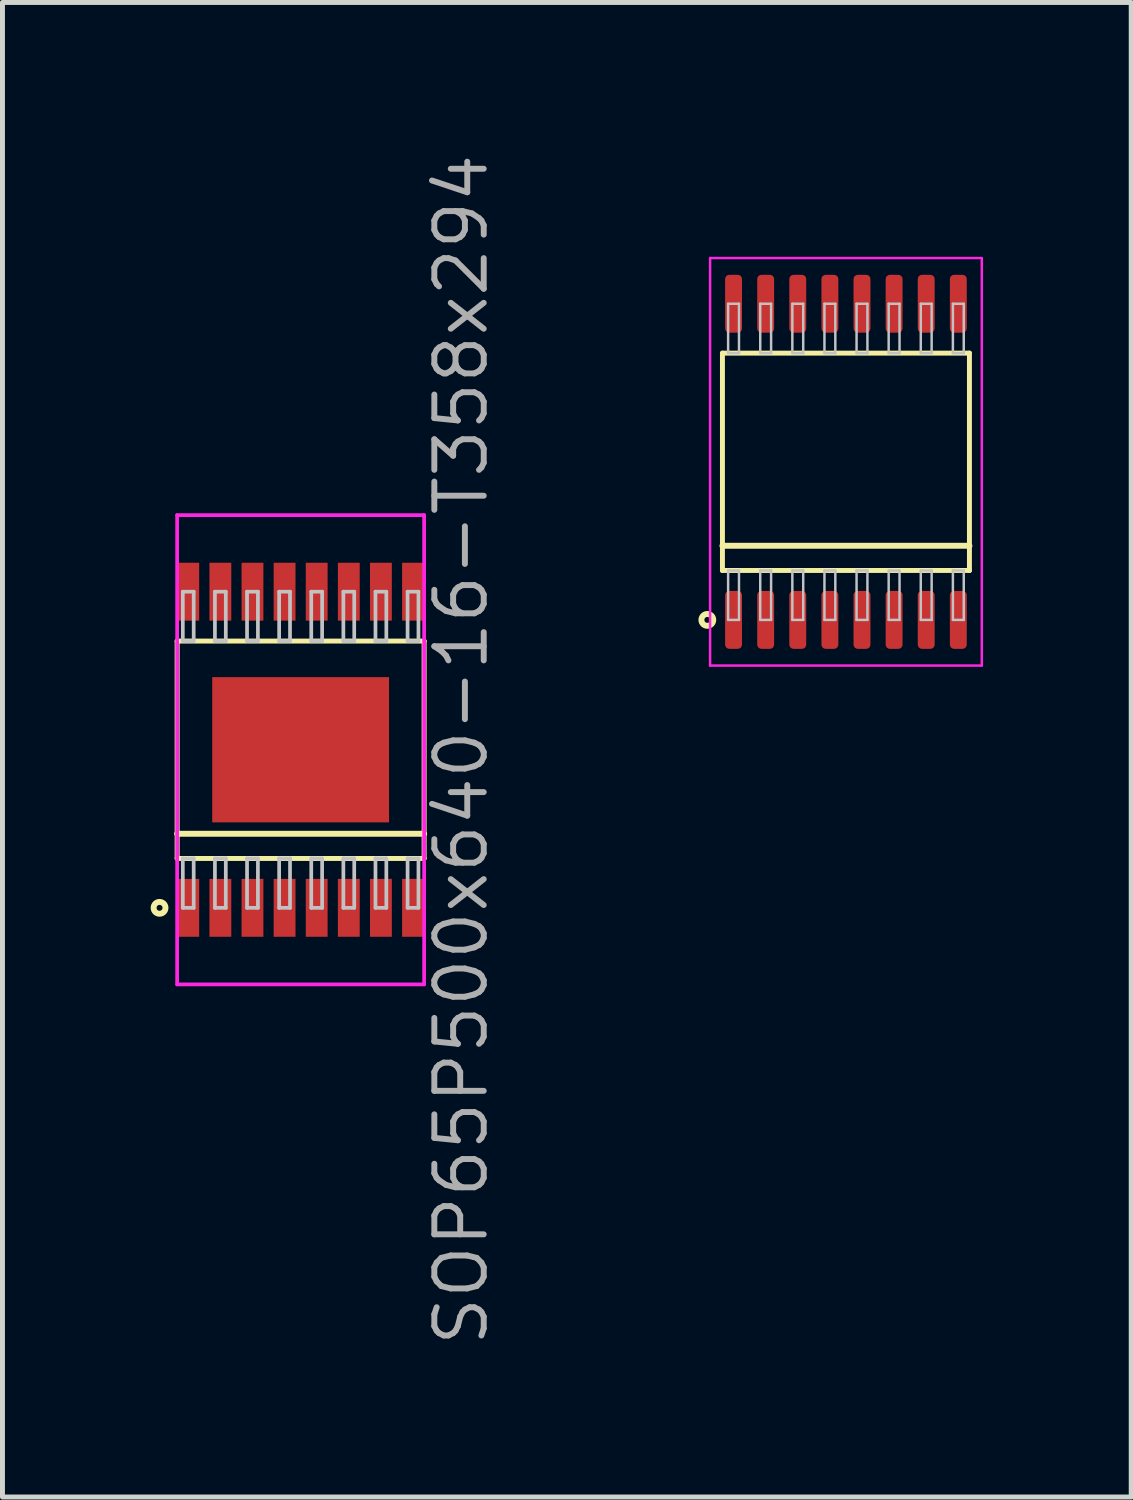
<source format=kicad_pcb>
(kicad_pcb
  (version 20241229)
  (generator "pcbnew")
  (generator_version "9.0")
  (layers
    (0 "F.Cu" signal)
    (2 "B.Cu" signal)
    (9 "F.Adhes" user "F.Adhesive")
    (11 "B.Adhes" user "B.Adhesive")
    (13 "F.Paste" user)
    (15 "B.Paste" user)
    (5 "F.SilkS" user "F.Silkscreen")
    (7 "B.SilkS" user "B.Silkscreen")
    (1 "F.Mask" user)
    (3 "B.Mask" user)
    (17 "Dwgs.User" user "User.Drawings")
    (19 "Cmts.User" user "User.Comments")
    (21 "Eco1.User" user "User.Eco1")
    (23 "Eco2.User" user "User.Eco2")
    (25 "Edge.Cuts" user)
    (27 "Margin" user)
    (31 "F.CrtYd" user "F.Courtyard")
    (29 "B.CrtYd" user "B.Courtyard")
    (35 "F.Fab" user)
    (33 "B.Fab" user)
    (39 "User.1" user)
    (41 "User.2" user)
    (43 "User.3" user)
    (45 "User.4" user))
  (footprint "SOP65P500x640-16-T358x294"
    (layer "F.Cu")
    (at 3.036 12.128)
    (property "Reference" "SOP65P500x640-16-T358x294" (at 3.25 0 90) (layer "F.Fab") (effects (font (size 1 1) (thickness 0.12))))
    (attr through_hole)
    (fp_line (start -2.5 -2.2) (end -2.5 2.2) (stroke (width 0.1) (type solid)) (layer "F.SilkS"))
    (fp_line (start -2.5 1.7) (end 2.5 1.7) (stroke (width 0.12) (type solid)) (layer "F.SilkS"))
    (fp_line (start -2.5 2.2) (end 2.5 2.2) (stroke (width 0.1) (type solid)) (layer "F.SilkS"))
    (fp_line (start 2.5 -2.2) (end -2.5 -2.2) (stroke (width 0.1) (type solid)) (layer "F.SilkS"))
    (fp_line (start 2.5 2.2) (end 2.5 -2.2) (stroke (width 0.1) (type solid)) (layer "F.SilkS"))
    (fp_circle (center -2.856 3.2) (end -2.736 3.2) (stroke (width 0.12) (type solid)) (fill no) (layer "F.SilkS"))
    (fp_line (start -2.385 -3.2) (end -2.385 -2.2) (stroke (width 0.075) (type solid)) (layer "Dwgs.User"))
    (fp_line (start -2.385 -2.2) (end -2.165 -2.2) (stroke (width 0.075) (type solid)) (layer "Dwgs.User"))
    (fp_line (start -2.385 2.2) (end -2.165 2.2) (stroke (width 0.075) (type solid)) (layer "Dwgs.User"))
    (fp_line (start -2.385 3.2) (end -2.385 2.2) (stroke (width 0.075) (type solid)) (layer "Dwgs.User"))
    (fp_line (start -2.165 -3.2) (end -2.385 -3.2) (stroke (width 0.075) (type solid)) (layer "Dwgs.User"))
    (fp_line (start -2.165 -2.2) (end -2.165 -3.2) (stroke (width 0.075) (type solid)) (layer "Dwgs.User"))
    (fp_line (start -2.165 2.2) (end -2.165 3.2) (stroke (width 0.075) (type solid)) (layer "Dwgs.User"))
    (fp_line (start -2.165 3.2) (end -2.385 3.2) (stroke (width 0.075) (type solid)) (layer "Dwgs.User"))
    (fp_line (start -1.735 -3.2) (end -1.735 -2.2) (stroke (width 0.075) (type solid)) (layer "Dwgs.User"))
    (fp_line (start -1.735 -2.2) (end -1.515 -2.2) (stroke (width 0.075) (type solid)) (layer "Dwgs.User"))
    (fp_line (start -1.735 2.2) (end -1.515 2.2) (stroke (width 0.075) (type solid)) (layer "Dwgs.User"))
    (fp_line (start -1.735 3.2) (end -1.735 2.2) (stroke (width 0.075) (type solid)) (layer "Dwgs.User"))
    (fp_line (start -1.515 -3.2) (end -1.735 -3.2) (stroke (width 0.075) (type solid)) (layer "Dwgs.User"))
    (fp_line (start -1.515 -2.2) (end -1.515 -3.2) (stroke (width 0.075) (type solid)) (layer "Dwgs.User"))
    (fp_line (start -1.515 2.2) (end -1.515 3.2) (stroke (width 0.075) (type solid)) (layer "Dwgs.User"))
    (fp_line (start -1.515 3.2) (end -1.735 3.2) (stroke (width 0.075) (type solid)) (layer "Dwgs.User"))
    (fp_line (start -1.085 -3.2) (end -1.085 -2.2) (stroke (width 0.075) (type solid)) (layer "Dwgs.User"))
    (fp_line (start -1.085 -2.2) (end -0.865 -2.2) (stroke (width 0.075) (type solid)) (layer "Dwgs.User"))
    (fp_line (start -1.085 2.2) (end -0.865 2.2) (stroke (width 0.075) (type solid)) (layer "Dwgs.User"))
    (fp_line (start -1.085 3.2) (end -1.085 2.2) (stroke (width 0.075) (type solid)) (layer "Dwgs.User"))
    (fp_line (start -0.865 -3.2) (end -1.085 -3.2) (stroke (width 0.075) (type solid)) (layer "Dwgs.User"))
    (fp_line (start -0.865 -2.2) (end -0.865 -3.2) (stroke (width 0.075) (type solid)) (layer "Dwgs.User"))
    (fp_line (start -0.865 2.2) (end -0.865 3.2) (stroke (width 0.075) (type solid)) (layer "Dwgs.User"))
    (fp_line (start -0.865 3.2) (end -1.085 3.2) (stroke (width 0.075) (type solid)) (layer "Dwgs.User"))
    (fp_line (start -0.435 -3.2) (end -0.435 -2.2) (stroke (width 0.075) (type solid)) (layer "Dwgs.User"))
    (fp_line (start -0.435 -2.2) (end -0.215 -2.2) (stroke (width 0.075) (type solid)) (layer "Dwgs.User"))
    (fp_line (start -0.435 2.2) (end -0.215 2.2) (stroke (width 0.075) (type solid)) (layer "Dwgs.User"))
    (fp_line (start -0.435 3.2) (end -0.435 2.2) (stroke (width 0.075) (type solid)) (layer "Dwgs.User"))
    (fp_line (start -0.215 -3.2) (end -0.435 -3.2) (stroke (width 0.075) (type solid)) (layer "Dwgs.User"))
    (fp_line (start -0.215 -2.2) (end -0.215 -3.2) (stroke (width 0.075) (type solid)) (layer "Dwgs.User"))
    (fp_line (start -0.215 2.2) (end -0.215 3.2) (stroke (width 0.075) (type solid)) (layer "Dwgs.User"))
    (fp_line (start -0.215 3.2) (end -0.435 3.2) (stroke (width 0.075) (type solid)) (layer "Dwgs.User"))
    (fp_line (start 0.215 -3.2) (end 0.215 -2.2) (stroke (width 0.075) (type solid)) (layer "Dwgs.User"))
    (fp_line (start 0.215 -2.2) (end 0.435 -2.2) (stroke (width 0.075) (type solid)) (layer "Dwgs.User"))
    (fp_line (start 0.215 2.2) (end 0.435 2.2) (stroke (width 0.075) (type solid)) (layer "Dwgs.User"))
    (fp_line (start 0.215 3.2) (end 0.215 2.2) (stroke (width 0.075) (type solid)) (layer "Dwgs.User"))
    (fp_line (start 0.435 -3.2) (end 0.215 -3.2) (stroke (width 0.075) (type solid)) (layer "Dwgs.User"))
    (fp_line (start 0.435 -2.2) (end 0.435 -3.2) (stroke (width 0.075) (type solid)) (layer "Dwgs.User"))
    (fp_line (start 0.435 2.2) (end 0.435 3.2) (stroke (width 0.075) (type solid)) (layer "Dwgs.User"))
    (fp_line (start 0.435 3.2) (end 0.215 3.2) (stroke (width 0.075) (type solid)) (layer "Dwgs.User"))
    (fp_line (start 0.865 -3.2) (end 0.865 -2.2) (stroke (width 0.075) (type solid)) (layer "Dwgs.User"))
    (fp_line (start 0.865 -2.2) (end 1.085 -2.2) (stroke (width 0.075) (type solid)) (layer "Dwgs.User"))
    (fp_line (start 0.865 2.2) (end 1.085 2.2) (stroke (width 0.075) (type solid)) (layer "Dwgs.User"))
    (fp_line (start 0.865 3.2) (end 0.865 2.2) (stroke (width 0.075) (type solid)) (layer "Dwgs.User"))
    (fp_line (start 1.085 -3.2) (end 0.865 -3.2) (stroke (width 0.075) (type solid)) (layer "Dwgs.User"))
    (fp_line (start 1.085 -2.2) (end 1.085 -3.2) (stroke (width 0.075) (type solid)) (layer "Dwgs.User"))
    (fp_line (start 1.085 2.2) (end 1.085 3.2) (stroke (width 0.075) (type solid)) (layer "Dwgs.User"))
    (fp_line (start 1.085 3.2) (end 0.865 3.2) (stroke (width 0.075) (type solid)) (layer "Dwgs.User"))
    (fp_line (start 1.515 -3.2) (end 1.515 -2.2) (stroke (width 0.075) (type solid)) (layer "Dwgs.User"))
    (fp_line (start 1.515 -2.2) (end 1.735 -2.2) (stroke (width 0.075) (type solid)) (layer "Dwgs.User"))
    (fp_line (start 1.515 2.2) (end 1.735 2.2) (stroke (width 0.075) (type solid)) (layer "Dwgs.User"))
    (fp_line (start 1.515 3.2) (end 1.515 2.2) (stroke (width 0.075) (type solid)) (layer "Dwgs.User"))
    (fp_line (start 1.735 -3.2) (end 1.515 -3.2) (stroke (width 0.075) (type solid)) (layer "Dwgs.User"))
    (fp_line (start 1.735 -2.2) (end 1.735 -3.2) (stroke (width 0.075) (type solid)) (layer "Dwgs.User"))
    (fp_line (start 1.735 2.2) (end 1.735 3.2) (stroke (width 0.075) (type solid)) (layer "Dwgs.User"))
    (fp_line (start 1.735 3.2) (end 1.515 3.2) (stroke (width 0.075) (type solid)) (layer "Dwgs.User"))
    (fp_line (start 2.165 -3.2) (end 2.165 -2.2) (stroke (width 0.075) (type solid)) (layer "Dwgs.User"))
    (fp_line (start 2.165 -2.2) (end 2.385 -2.2) (stroke (width 0.075) (type solid)) (layer "Dwgs.User"))
    (fp_line (start 2.165 2.2) (end 2.385 2.2) (stroke (width 0.075) (type solid)) (layer "Dwgs.User"))
    (fp_line (start 2.165 3.2) (end 2.165 2.2) (stroke (width 0.075) (type solid)) (layer "Dwgs.User"))
    (fp_line (start 2.385 -3.2) (end 2.165 -3.2) (stroke (width 0.075) (type solid)) (layer "Dwgs.User"))
    (fp_line (start 2.385 -2.2) (end 2.385 -3.2) (stroke (width 0.075) (type solid)) (layer "Dwgs.User"))
    (fp_line (start 2.385 2.2) (end 2.385 3.2) (stroke (width 0.075) (type solid)) (layer "Dwgs.User"))
    (fp_line (start 2.385 3.2) (end 2.165 3.2) (stroke (width 0.075) (type solid)) (layer "Dwgs.User"))
    (fp_line (start -0.75 0) (end 0.75 0) (stroke (width 0.12) (type solid)) (layer "Eco1.User"))
    (fp_line (start 0 -0.75) (end 0 0.75) (stroke (width 0.12) (type solid)) (layer "Eco1.User"))
    (fp_circle (center 0 0) (end 0.5 0) (stroke (width 0.12) (type solid)) (fill no) (layer "Eco1.User"))
    (fp_line (start -2.5 -4.75) (end -2.5 4.75) (stroke (width 0.075) (type solid)) (layer "F.CrtYd"))
    (fp_line (start -2.5 4.75) (end 2.5 4.75) (stroke (width 0.075) (type solid)) (layer "F.CrtYd"))
    (fp_line (start 2.5 -4.75) (end -2.5 -4.75) (stroke (width 0.075) (type solid)) (layer "F.CrtYd"))
    (fp_line (start 2.5 4.75) (end 2.5 -4.75) (stroke (width 0.075) (type solid)) (layer "F.CrtYd"))
    (pad "1" smd rect (at -2.275 3.2) (size 0.442 1.172) (layers "F.Cu" "F.Mask" "F.Paste"))
    (pad "2" smd rect (at -1.625 3.2) (size 0.442 1.172) (layers "F.Cu" "F.Mask" "F.Paste"))
    (pad "3" smd rect (at -0.975 3.2) (size 0.442 1.172) (layers "F.Cu" "F.Mask" "F.Paste"))
    (pad "4" smd rect (at -0.325 3.2) (size 0.442 1.172) (layers "F.Cu" "F.Mask" "F.Paste"))
    (pad "5" smd rect (at 0.325 3.2) (size 0.442 1.172) (layers "F.Cu" "F.Mask" "F.Paste"))
    (pad "6" smd rect (at 0.975 3.2) (size 0.442 1.172) (layers "F.Cu" "F.Mask" "F.Paste"))
    (pad "7" smd rect (at 1.625 3.2) (size 0.442 1.172) (layers "F.Cu" "F.Mask" "F.Paste"))
    (pad "8" smd rect (at 2.275 3.2) (size 0.442 1.172) (layers "F.Cu" "F.Mask" "F.Paste"))
    (pad "9" smd rect (at 2.275 -3.2) (size 0.442 1.172) (layers "F.Cu" "F.Mask" "F.Paste"))
    (pad "10" smd rect (at 1.625 -3.2) (size 0.442 1.172) (layers "F.Cu" "F.Mask" "F.Paste"))
    (pad "11" smd rect (at 0.975 -3.2) (size 0.442 1.172) (layers "F.Cu" "F.Mask" "F.Paste"))
    (pad "12" smd rect (at 0.325 -3.2) (size 0.442 1.172) (layers "F.Cu" "F.Mask" "F.Paste"))
    (pad "13" smd rect (at -0.325 -3.2) (size 0.442 1.172) (layers "F.Cu" "F.Mask" "F.Paste"))
    (pad "14" smd rect (at -0.975 -3.2) (size 0.442 1.172) (layers "F.Cu" "F.Mask" "F.Paste"))
    (pad "15" smd rect (at -1.625 -3.2) (size 0.442 1.172) (layers "F.Cu" "F.Mask" "F.Paste"))
    (pad "16" smd rect (at -2.275 -3.2) (size 0.442 1.172) (layers "F.Cu" "F.Mask" "F.Paste"))
    (pad "EP" smd rect (at 0 0) (size 3.58 2.94) (layers "F.Cu" "F.Mask" "F.Paste")))
  (footprint "SOP65P500x640-16"
    (layer "F.Cu")
    (at 14.075 6.299)
    (property "Reference" "SOP65P500x640-16" (at -3.35 0 90) (layer "User.1") (effects (font (size 0.8 0.8) (thickness 0.1))))
    (attr through_hole)
    (fp_line (start -2.5 -2.2) (end -2.5 2.2) (stroke (width 0.1) (type solid)) (layer "F.SilkS"))
    (fp_line (start -2.5 1.7) (end 2.5 1.7) (stroke (width 0.12) (type solid)) (layer "F.SilkS"))
    (fp_line (start -2.5 2.2) (end 2.5 2.2) (stroke (width 0.1) (type solid)) (layer "F.SilkS"))
    (fp_line (start 2.5 -2.2) (end -2.5 -2.2) (stroke (width 0.1) (type solid)) (layer "F.SilkS"))
    (fp_line (start 2.5 2.2) (end 2.5 -2.2) (stroke (width 0.1) (type solid)) (layer "F.SilkS"))
    (fp_circle (center -2.806 3.2) (end -2.686 3.2) (stroke (width 0.12) (type solid)) (fill no) (layer "F.SilkS"))
    (fp_line (start -2.385 -3.2) (end -2.385 -2.2) (stroke (width 0.05) (type solid)) (layer "Dwgs.User"))
    (fp_line (start -2.385 -2.2) (end -2.165 -2.2) (stroke (width 0.05) (type solid)) (layer "Dwgs.User"))
    (fp_line (start -2.385 2.2) (end -2.165 2.2) (stroke (width 0.05) (type solid)) (layer "Dwgs.User"))
    (fp_line (start -2.385 3.2) (end -2.385 2.2) (stroke (width 0.05) (type solid)) (layer "Dwgs.User"))
    (fp_line (start -2.165 -3.2) (end -2.385 -3.2) (stroke (width 0.05) (type solid)) (layer "Dwgs.User"))
    (fp_line (start -2.165 -2.2) (end -2.165 -3.2) (stroke (width 0.05) (type solid)) (layer "Dwgs.User"))
    (fp_line (start -2.165 2.2) (end -2.165 3.2) (stroke (width 0.05) (type solid)) (layer "Dwgs.User"))
    (fp_line (start -2.165 3.2) (end -2.385 3.2) (stroke (width 0.05) (type solid)) (layer "Dwgs.User"))
    (fp_line (start -1.735 -3.2) (end -1.735 -2.2) (stroke (width 0.05) (type solid)) (layer "Dwgs.User"))
    (fp_line (start -1.735 -2.2) (end -1.515 -2.2) (stroke (width 0.05) (type solid)) (layer "Dwgs.User"))
    (fp_line (start -1.735 2.2) (end -1.515 2.2) (stroke (width 0.05) (type solid)) (layer "Dwgs.User"))
    (fp_line (start -1.735 3.2) (end -1.735 2.2) (stroke (width 0.05) (type solid)) (layer "Dwgs.User"))
    (fp_line (start -1.515 -3.2) (end -1.735 -3.2) (stroke (width 0.05) (type solid)) (layer "Dwgs.User"))
    (fp_line (start -1.515 -2.2) (end -1.515 -3.2) (stroke (width 0.05) (type solid)) (layer "Dwgs.User"))
    (fp_line (start -1.515 2.2) (end -1.515 3.2) (stroke (width 0.05) (type solid)) (layer "Dwgs.User"))
    (fp_line (start -1.515 3.2) (end -1.735 3.2) (stroke (width 0.05) (type solid)) (layer "Dwgs.User"))
    (fp_line (start -1.085 -3.2) (end -1.085 -2.2) (stroke (width 0.05) (type solid)) (layer "Dwgs.User"))
    (fp_line (start -1.085 -2.2) (end -0.865 -2.2) (stroke (width 0.05) (type solid)) (layer "Dwgs.User"))
    (fp_line (start -1.085 2.2) (end -0.865 2.2) (stroke (width 0.05) (type solid)) (layer "Dwgs.User"))
    (fp_line (start -1.085 3.2) (end -1.085 2.2) (stroke (width 0.05) (type solid)) (layer "Dwgs.User"))
    (fp_line (start -0.865 -3.2) (end -1.085 -3.2) (stroke (width 0.05) (type solid)) (layer "Dwgs.User"))
    (fp_line (start -0.865 -2.2) (end -0.865 -3.2) (stroke (width 0.05) (type solid)) (layer "Dwgs.User"))
    (fp_line (start -0.865 2.2) (end -0.865 3.2) (stroke (width 0.05) (type solid)) (layer "Dwgs.User"))
    (fp_line (start -0.865 3.2) (end -1.085 3.2) (stroke (width 0.05) (type solid)) (layer "Dwgs.User"))
    (fp_line (start -0.435 -3.2) (end -0.435 -2.2) (stroke (width 0.05) (type solid)) (layer "Dwgs.User"))
    (fp_line (start -0.435 -2.2) (end -0.215 -2.2) (stroke (width 0.05) (type solid)) (layer "Dwgs.User"))
    (fp_line (start -0.435 2.2) (end -0.215 2.2) (stroke (width 0.05) (type solid)) (layer "Dwgs.User"))
    (fp_line (start -0.435 3.2) (end -0.435 2.2) (stroke (width 0.05) (type solid)) (layer "Dwgs.User"))
    (fp_line (start -0.215 -3.2) (end -0.435 -3.2) (stroke (width 0.05) (type solid)) (layer "Dwgs.User"))
    (fp_line (start -0.215 -2.2) (end -0.215 -3.2) (stroke (width 0.05) (type solid)) (layer "Dwgs.User"))
    (fp_line (start -0.215 2.2) (end -0.215 3.2) (stroke (width 0.05) (type solid)) (layer "Dwgs.User"))
    (fp_line (start -0.215 3.2) (end -0.435 3.2) (stroke (width 0.05) (type solid)) (layer "Dwgs.User"))
    (fp_line (start 0.215 -3.2) (end 0.215 -2.2) (stroke (width 0.05) (type solid)) (layer "Dwgs.User"))
    (fp_line (start 0.215 -2.2) (end 0.435 -2.2) (stroke (width 0.05) (type solid)) (layer "Dwgs.User"))
    (fp_line (start 0.215 2.2) (end 0.435 2.2) (stroke (width 0.05) (type solid)) (layer "Dwgs.User"))
    (fp_line (start 0.215 3.2) (end 0.215 2.2) (stroke (width 0.05) (type solid)) (layer "Dwgs.User"))
    (fp_line (start 0.435 -3.2) (end 0.215 -3.2) (stroke (width 0.05) (type solid)) (layer "Dwgs.User"))
    (fp_line (start 0.435 -2.2) (end 0.435 -3.2) (stroke (width 0.05) (type solid)) (layer "Dwgs.User"))
    (fp_line (start 0.435 2.2) (end 0.435 3.2) (stroke (width 0.05) (type solid)) (layer "Dwgs.User"))
    (fp_line (start 0.435 3.2) (end 0.215 3.2) (stroke (width 0.05) (type solid)) (layer "Dwgs.User"))
    (fp_line (start 0.865 -3.2) (end 0.865 -2.2) (stroke (width 0.05) (type solid)) (layer "Dwgs.User"))
    (fp_line (start 0.865 -2.2) (end 1.085 -2.2) (stroke (width 0.05) (type solid)) (layer "Dwgs.User"))
    (fp_line (start 0.865 2.2) (end 1.085 2.2) (stroke (width 0.05) (type solid)) (layer "Dwgs.User"))
    (fp_line (start 0.865 3.2) (end 0.865 2.2) (stroke (width 0.05) (type solid)) (layer "Dwgs.User"))
    (fp_line (start 1.085 -3.2) (end 0.865 -3.2) (stroke (width 0.05) (type solid)) (layer "Dwgs.User"))
    (fp_line (start 1.085 -2.2) (end 1.085 -3.2) (stroke (width 0.05) (type solid)) (layer "Dwgs.User"))
    (fp_line (start 1.085 2.2) (end 1.085 3.2) (stroke (width 0.05) (type solid)) (layer "Dwgs.User"))
    (fp_line (start 1.085 3.2) (end 0.865 3.2) (stroke (width 0.05) (type solid)) (layer "Dwgs.User"))
    (fp_line (start 1.515 -3.2) (end 1.515 -2.2) (stroke (width 0.05) (type solid)) (layer "Dwgs.User"))
    (fp_line (start 1.515 -2.2) (end 1.735 -2.2) (stroke (width 0.05) (type solid)) (layer "Dwgs.User"))
    (fp_line (start 1.515 2.2) (end 1.735 2.2) (stroke (width 0.05) (type solid)) (layer "Dwgs.User"))
    (fp_line (start 1.515 3.2) (end 1.515 2.2) (stroke (width 0.05) (type solid)) (layer "Dwgs.User"))
    (fp_line (start 1.735 -3.2) (end 1.515 -3.2) (stroke (width 0.05) (type solid)) (layer "Dwgs.User"))
    (fp_line (start 1.735 -2.2) (end 1.735 -3.2) (stroke (width 0.05) (type solid)) (layer "Dwgs.User"))
    (fp_line (start 1.735 2.2) (end 1.735 3.2) (stroke (width 0.05) (type solid)) (layer "Dwgs.User"))
    (fp_line (start 1.735 3.2) (end 1.515 3.2) (stroke (width 0.05) (type solid)) (layer "Dwgs.User"))
    (fp_line (start 2.165 -3.2) (end 2.165 -2.2) (stroke (width 0.05) (type solid)) (layer "Dwgs.User"))
    (fp_line (start 2.165 -2.2) (end 2.385 -2.2) (stroke (width 0.05) (type solid)) (layer "Dwgs.User"))
    (fp_line (start 2.165 2.2) (end 2.385 2.2) (stroke (width 0.05) (type solid)) (layer "Dwgs.User"))
    (fp_line (start 2.165 3.2) (end 2.165 2.2) (stroke (width 0.05) (type solid)) (layer "Dwgs.User"))
    (fp_line (start 2.385 -3.2) (end 2.165 -3.2) (stroke (width 0.05) (type solid)) (layer "Dwgs.User"))
    (fp_line (start 2.385 -2.2) (end 2.385 -3.2) (stroke (width 0.05) (type solid)) (layer "Dwgs.User"))
    (fp_line (start 2.385 2.2) (end 2.385 3.2) (stroke (width 0.05) (type solid)) (layer "Dwgs.User"))
    (fp_line (start 2.385 3.2) (end 2.165 3.2) (stroke (width 0.05) (type solid)) (layer "Dwgs.User"))
    (fp_line (start -2.75 -4.125) (end -2.75 4.125) (stroke (width 0.05) (type solid)) (layer "F.CrtYd"))
    (fp_line (start -2.75 4.125) (end 2.75 4.125) (stroke (width 0.05) (type solid)) (layer "F.CrtYd"))
    (fp_line (start 2.75 -4.125) (end -2.75 -4.125) (stroke (width 0.05) (type solid)) (layer "F.CrtYd"))
    (fp_line (start 2.75 4.125) (end 2.75 -4.125) (stroke (width 0.05) (type solid)) (layer "F.CrtYd"))
    (pad "1" smd roundrect (at -2.275 3.2) (size 0.342 1.172) (layers "F.Cu" "F.Mask" "F.Paste") (roundrect_rratio 0.25))
    (pad "2" smd roundrect (at -1.625 3.2) (size 0.342 1.172) (layers "F.Cu" "F.Mask" "F.Paste") (roundrect_rratio 0.25))
    (pad "3" smd roundrect (at -0.975 3.2) (size 0.342 1.172) (layers "F.Cu" "F.Mask" "F.Paste") (roundrect_rratio 0.25))
    (pad "4" smd roundrect (at -0.325 3.2) (size 0.342 1.172) (layers "F.Cu" "F.Mask" "F.Paste") (roundrect_rratio 0.25))
    (pad "5" smd roundrect (at 0.325 3.2) (size 0.342 1.172) (layers "F.Cu" "F.Mask" "F.Paste") (roundrect_rratio 0.25))
    (pad "6" smd roundrect (at 0.975 3.2) (size 0.342 1.172) (layers "F.Cu" "F.Mask" "F.Paste") (roundrect_rratio 0.25))
    (pad "7" smd roundrect (at 1.625 3.2) (size 0.342 1.172) (layers "F.Cu" "F.Mask" "F.Paste") (roundrect_rratio 0.25))
    (pad "8" smd roundrect (at 2.275 3.2) (size 0.342 1.172) (layers "F.Cu" "F.Mask" "F.Paste") (roundrect_rratio 0.25))
    (pad "9" smd roundrect (at 2.275 -3.2) (size 0.342 1.172) (layers "F.Cu" "F.Mask" "F.Paste") (roundrect_rratio 0.25))
    (pad "10" smd roundrect (at 1.625 -3.2) (size 0.342 1.172) (layers "F.Cu" "F.Mask" "F.Paste") (roundrect_rratio 0.25))
    (pad "11" smd roundrect (at 0.975 -3.2) (size 0.342 1.172) (layers "F.Cu" "F.Mask" "F.Paste") (roundrect_rratio 0.25))
    (pad "12" smd roundrect (at 0.325 -3.2) (size 0.342 1.172) (layers "F.Cu" "F.Mask" "F.Paste") (roundrect_rratio 0.25))
    (pad "13" smd roundrect (at -0.325 -3.2) (size 0.342 1.172) (layers "F.Cu" "F.Mask" "F.Paste") (roundrect_rratio 0.25))
    (pad "14" smd roundrect (at -0.975 -3.2) (size 0.342 1.172) (layers "F.Cu" "F.Mask" "F.Paste") (roundrect_rratio 0.25))
    (pad "15" smd roundrect (at -1.625 -3.2) (size 0.342 1.172) (layers "F.Cu" "F.Mask" "F.Paste") (roundrect_rratio 0.25))
    (pad "16" smd roundrect (at -2.275 -3.2) (size 0.342 1.172) (layers "F.Cu" "F.Mask" "F.Paste") (roundrect_rratio 0.25)))
  (gr_rect
    (start -3 -3)
    (end 19.85 27.255)
    (stroke (width 0.1) (type default))
    (fill no)
    (layer "Edge.Cuts")))
</source>
